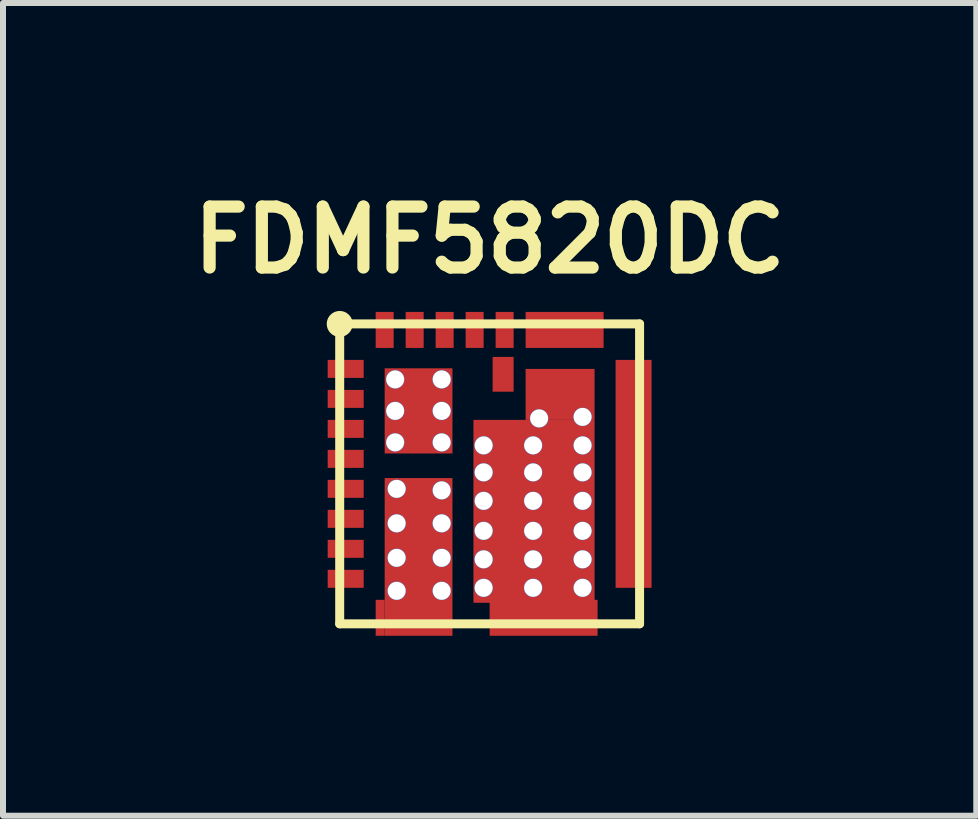
<source format=kicad_pcb>
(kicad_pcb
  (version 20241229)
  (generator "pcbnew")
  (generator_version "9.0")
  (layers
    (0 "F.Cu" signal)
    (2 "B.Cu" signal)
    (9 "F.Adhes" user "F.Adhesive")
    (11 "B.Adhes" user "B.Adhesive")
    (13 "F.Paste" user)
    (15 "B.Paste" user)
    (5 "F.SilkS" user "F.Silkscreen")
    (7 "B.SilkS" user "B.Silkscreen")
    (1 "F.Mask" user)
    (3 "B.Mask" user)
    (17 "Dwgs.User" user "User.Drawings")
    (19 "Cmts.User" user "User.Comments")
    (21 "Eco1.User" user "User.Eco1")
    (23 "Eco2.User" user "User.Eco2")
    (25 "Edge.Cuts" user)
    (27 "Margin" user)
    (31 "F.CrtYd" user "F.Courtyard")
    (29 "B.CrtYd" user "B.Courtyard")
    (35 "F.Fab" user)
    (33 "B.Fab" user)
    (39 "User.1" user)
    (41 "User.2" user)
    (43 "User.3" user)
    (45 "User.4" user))
  (footprint "FDMF5820DC"
    (layer "F.Cu")
    (at 5.114 4.851)
    (property "Reference" "FDMF5820DC" (at 0 -3.9 0) (layer "F.SilkS") (effects (font (size 1.016 1.016) (thickness 0.203))))
    (attr through_hole)
    (fp_line (start -2.5 -2.5) (end 2.5 -2.5) (stroke (width 0.15) (type solid)) (layer "F.SilkS"))
    (fp_line (start -2.5 2.5) (end -2.5 -2.5) (stroke (width 0.15) (type solid)) (layer "F.SilkS"))
    (fp_line (start 2.5 -2.5) (end 2.5 2.5) (stroke (width 0.15) (type solid)) (layer "F.SilkS"))
    (fp_line (start 2.5 2.5) (end -2.5 2.5) (stroke (width 0.15) (type solid)) (layer "F.SilkS"))
    (fp_circle (center -2.5 -2.5) (end -2.4 -2.4) (stroke (width 0.15) (type solid)) (fill no) (layer "F.SilkS"))
    (pad "" smd oval (at -1.275 2.425) (size 1.2 0.5) (layers "F.Paste"))
    (pad "" smd oval (at -1.185 -1.05) (size 0.55 1.3) (layers "F.Paste"))
    (pad "" smd oval (at -1.175 1.1) (size 0.55 1.9) (layers "F.Paste"))
    (pad "" smd oval (at 0.3 0.575) (size 0.6 2.8) (layers "F.Paste"))
    (pad "" smd oval (at 1.125 0.575) (size 0.6 2.8) (layers "F.Paste"))
    (pad "" smd oval (at 1.18 -1.4) (size 1.1 0.6) (layers "F.Paste"))
    (pad "6" smd rect (at -2.4 0.75) (size 0.6 0.3) (layers "F.Cu" "F.Mask" "F.Paste"))
    (pad "Agnd" smd rect (at -2.4 -0.25) (size 0.6 0.3) (layers "F.Cu" "F.Mask" "F.Paste"))
    (pad "Agnd" thru_hole circle (at -1.575 -1.575) (size 0.31 0.31) (drill 0.3) (layers "*.Cu" "*.Mask"))
    (pad "Agnd" thru_hole circle (at -1.575 -1.05) (size 0.31 0.31) (drill 0.3) (layers "*.Cu" "*.Mask"))
    (pad "Agnd" thru_hole circle (at -1.575 -0.525) (size 0.31 0.31) (drill 0.3) (layers "*.Cu" "*.Mask"))
    (pad "Agnd" smd rect (at -1.185 -1.05) (size 1.13 1.42) (layers "F.Cu" "F.Mask"))
    (pad "Agnd" thru_hole circle (at -0.8 -1.575) (size 0.31 0.31) (drill 0.3) (layers "*.Cu" "*.Mask"))
    (pad "Agnd" thru_hole circle (at -0.8 -1.05) (size 0.31 0.31) (drill 0.3) (layers "*.Cu" "*.Mask"))
    (pad "Agnd" thru_hole circle (at -0.8 -0.525) (size 0.31 0.31) (drill 0.3) (layers "*.Cu" "*.Mask"))
    (pad "Boot" smd rect (at -2.4 0.25) (size 0.6 0.3) (layers "F.Cu" "F.Mask" "F.Paste"))
    (pad "EN" smd rect (at -1.75 -2.4 90) (size 0.6 0.3) (layers "F.Cu" "F.Mask" "F.Paste"))
    (pad "GL" smd rect (at 0.225 -1.66) (size 0.35 0.58) (layers "F.Cu" "F.Mask" "F.Paste"))
    (pad "GL" smd rect (at 0.25 -2.4 90) (size 0.6 0.3) (layers "F.Cu" "F.Mask" "F.Paste"))
    (pad "PVcc" smd rect (at -0.75 -2.4 90) (size 0.6 0.3) (layers "F.Cu" "F.Mask" "F.Paste"))
    (pad "PWM" smd rect (at -2.4 -1.75) (size 0.6 0.3) (layers "F.Cu" "F.Mask" "F.Paste"))
    (pad "Pgnd" smd rect (at -0.25 -2.4 90) (size 0.6 0.3) (layers "F.Cu" "F.Mask" "F.Paste"))
    (pad "Pgnd" thru_hole circle (at -0.1 -0.475) (size 0.31 0.31) (drill 0.3) (layers "*.Cu" "*.Mask"))
    (pad "Pgnd" thru_hole circle (at -0.1 -0.025) (size 0.31 0.31) (drill 0.3) (layers "*.Cu" "*.Mask"))
    (pad "Pgnd" thru_hole circle (at -0.1 0.45) (size 0.31 0.31) (drill 0.3) (layers "*.Cu" "*.Mask"))
    (pad "Pgnd" thru_hole circle (at -0.1 0.95) (size 0.31 0.31) (drill 0.3) (layers "*.Cu" "*.Mask"))
    (pad "Pgnd" thru_hole circle (at -0.1 1.425) (size 0.31 0.31) (drill 0.3) (layers "*.Cu" "*.Mask"))
    (pad "Pgnd" thru_hole circle (at -0.1 1.9) (size 0.31 0.31) (drill 0.3) (layers "*.Cu" "*.Mask"))
    (pad "Pgnd" thru_hole circle (at 0.725 -0.475) (size 0.31 0.31) (drill 0.3) (layers "*.Cu" "*.Mask"))
    (pad "Pgnd" thru_hole circle (at 0.725 -0.025) (size 0.31 0.31) (drill 0.3) (layers "*.Cu" "*.Mask"))
    (pad "Pgnd" thru_hole circle (at 0.725 0.45) (size 0.31 0.31) (drill 0.3) (layers "*.Cu" "*.Mask"))
    (pad "Pgnd" thru_hole circle (at 0.725 0.95) (size 0.31 0.31) (drill 0.3) (layers "*.Cu" "*.Mask"))
    (pad "Pgnd" thru_hole circle (at 0.725 1.425) (size 0.31 0.31) (drill 0.3) (layers "*.Cu" "*.Mask"))
    (pad "Pgnd" thru_hole circle (at 0.725 1.9) (size 0.31 0.31) (drill 0.3) (layers "*.Cu" "*.Mask"))
    (pad "Pgnd" smd rect (at 0.74 0.625) (size 2.02 3.05) (layers "F.Cu" "F.Mask"))
    (pad "Pgnd" thru_hole circle (at 0.825 -0.925) (size 0.31 0.31) (drill 0.3) (layers "*.Cu" "*.Mask"))
    (pad "Pgnd" smd rect (at 0.9 2.4) (size 1.8 0.6) (layers "F.Cu" "F.Mask" "F.Paste"))
    (pad "Pgnd" smd rect (at 1.175 -1.325) (size 1.15 0.85) (layers "F.Cu" "F.Mask"))
    (pad "Pgnd" thru_hole circle (at 1.55 -0.95) (size 0.31 0.31) (drill 0.3) (layers "*.Cu" "*.Mask"))
    (pad "Pgnd" thru_hole circle (at 1.55 -0.475) (size 0.31 0.31) (drill 0.3) (layers "*.Cu" "*.Mask"))
    (pad "Pgnd" thru_hole circle (at 1.55 -0.025) (size 0.31 0.31) (drill 0.3) (layers "*.Cu" "*.Mask"))
    (pad "Pgnd" thru_hole circle (at 1.55 0.45) (size 0.31 0.31) (drill 0.3) (layers "*.Cu" "*.Mask"))
    (pad "Pgnd" thru_hole circle (at 1.55 0.95) (size 0.31 0.31) (drill 0.3) (layers "*.Cu" "*.Mask"))
    (pad "Pgnd" thru_hole circle (at 1.55 1.425) (size 0.31 0.31) (drill 0.3) (layers "*.Cu" "*.Mask"))
    (pad "Pgnd" thru_hole circle (at 1.55 1.9) (size 0.31 0.31) (drill 0.3) (layers "*.Cu" "*.Mask"))
    (pad "Phas" smd rect (at -2.4 1.25) (size 0.6 0.3) (layers "F.Cu" "F.Mask" "F.Paste"))
    (pad "SW" smd rect (at 1.25 -2.4) (size 1.3 0.6) (layers "F.Cu" "F.Mask" "F.Paste"))
    (pad "SW" smd rect (at 2.4 0) (size 0.6 3.8) (layers "F.Cu" "F.Mask" "F.Paste"))
    (pad "Tmon" smd rect (at -1.25 -2.4 90) (size 0.6 0.3) (layers "F.Cu" "F.Mask" "F.Paste"))
    (pad "Vcc" smd rect (at -2.4 -0.75) (size 0.6 0.3) (layers "F.Cu" "F.Mask" "F.Paste"))
    (pad "Vin" smd rect (at -2.4 1.75) (size 0.6 0.3) (layers "F.Cu" "F.Mask" "F.Paste"))
    (pad "Vin" smd rect (at -1.825 2.4) (size 0.15 0.6) (layers "F.Cu" "F.Mask" "F.Paste"))
    (pad "Vin" thru_hole circle (at -1.55 0.25) (size 0.31 0.31) (drill 0.3) (layers "*.Cu" "*.Mask"))
    (pad "Vin" thru_hole circle (at -1.55 0.825) (size 0.31 0.31) (drill 0.3) (layers "*.Cu" "*.Mask"))
    (pad "Vin" thru_hole circle (at -1.55 1.4) (size 0.31 0.31) (drill 0.3) (layers "*.Cu" "*.Mask"))
    (pad "Vin" thru_hole circle (at -1.55 1.95) (size 0.31 0.31) (drill 0.3) (layers "*.Cu" "*.Mask"))
    (pad "Vin" smd rect (at -1.185 1.385) (size 1.13 2.63) (layers "F.Cu" "F.Mask"))
    (pad "Vin" thru_hole circle (at -0.8 0.275) (size 0.31 0.31) (drill 0.3) (layers "*.Cu" "*.Mask"))
    (pad "Vin" thru_hole circle (at -0.8 0.825) (size 0.31 0.31) (drill 0.3) (layers "*.Cu" "*.Mask"))
    (pad "Vin" thru_hole circle (at -0.8 1.4) (size 0.31 0.31) (drill 0.3) (layers "*.Cu" "*.Mask"))
    (pad "Vin" thru_hole circle (at -0.8 1.95) (size 0.31 0.31) (drill 0.3) (layers "*.Cu" "*.Mask"))
    (pad "ZCD" smd rect (at -2.4 -1.25) (size 0.6 0.3) (layers "F.Cu" "F.Mask" "F.Paste")))
  (gr_rect
    (start -3 -3)
    (end 13.228 10.551)
    (stroke (width 0.1) (type default))
    (fill no)
    (layer "Edge.Cuts")))
</source>
